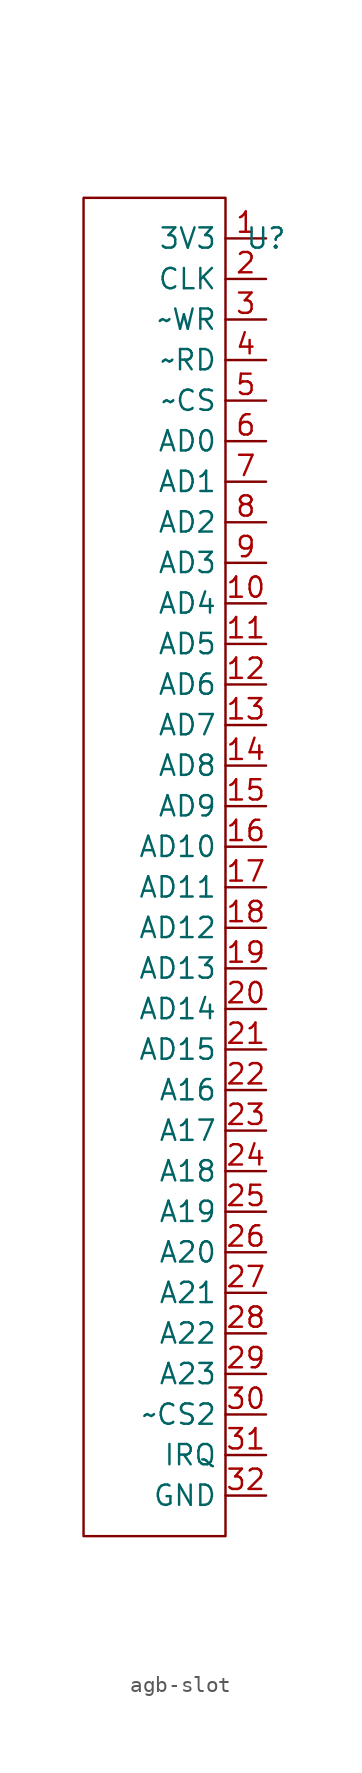
<source format=kicad_sym>
(kicad_symbol_lib
  (version 20231120)
  (generator "kicad_symbol_editor")
  (generator_version "8.0")
  (symbol "agb-slot"
    (property "Reference" "U"
      (at 7.62 31.75 0)
      (effects (font (size 1.27 1.27))))
    (property "Value" ""
      (at 7.62 31.75 0)
      (effects (font (size 1.27 1.27))))
    (symbol "agb-slot_0_0"
      (pin power_in line (at 7.62 31.75 180) (length 2.54) (name "3V3" (effects (font (size 1.27 1.27)))) (number "1" (effects (font (size 1.27 1.27)))))
      (pin bidirectional line (at 7.62 8.89 180) (length 2.54) (name "AD4" (effects (font (size 1.27 1.27)))) (number "10" (effects (font (size 1.27 1.27)))))
      (pin bidirectional line (at 7.62 6.35 180) (length 2.54) (name "AD5" (effects (font (size 1.27 1.27)))) (number "11" (effects (font (size 1.27 1.27)))))
      (pin bidirectional line (at 7.62 3.81 180) (length 2.54) (name "AD6" (effects (font (size 1.27 1.27)))) (number "12" (effects (font (size 1.27 1.27)))))
      (pin bidirectional line (at 7.62 1.27 180) (length 2.54) (name "AD7" (effects (font (size 1.27 1.27)))) (number "13" (effects (font (size 1.27 1.27)))))
      (pin bidirectional line (at 7.62 -1.27 180) (length 2.54) (name "AD8" (effects (font (size 1.27 1.27)))) (number "14" (effects (font (size 1.27 1.27)))))
      (pin bidirectional line (at 7.62 -3.81 180) (length 2.54) (name "AD9" (effects (font (size 1.27 1.27)))) (number "15" (effects (font (size 1.27 1.27)))))
      (pin bidirectional line (at 7.62 -6.35 180) (length 2.54) (name "AD10" (effects (font (size 1.27 1.27)))) (number "16" (effects (font (size 1.27 1.27)))))
      (pin bidirectional line (at 7.62 -8.89 180) (length 2.54) (name "AD11" (effects (font (size 1.27 1.27)))) (number "17" (effects (font (size 1.27 1.27)))))
      (pin bidirectional line (at 7.62 -11.43 180) (length 2.54) (name "AD12" (effects (font (size 1.27 1.27)))) (number "18" (effects (font (size 1.27 1.27)))))
      (pin bidirectional line (at 7.62 -13.97 180) (length 2.54) (name "AD13" (effects (font (size 1.27 1.27)))) (number "19" (effects (font (size 1.27 1.27)))))
      (pin input line (at 7.62 29.21 180) (length 2.54) (name "CLK" (effects (font (size 1.27 1.27)))) (number "2" (effects (font (size 1.27 1.27)))))
      (pin bidirectional line (at 7.62 -16.51 180) (length 2.54) (name "AD14" (effects (font (size 1.27 1.27)))) (number "20" (effects (font (size 1.27 1.27)))))
      (pin bidirectional line (at 7.62 -19.05 180) (length 2.54) (name "AD15" (effects (font (size 1.27 1.27)))) (number "21" (effects (font (size 1.27 1.27)))))
      (pin input line (at 7.62 -21.59 180) (length 2.54) (name "A16" (effects (font (size 1.27 1.27)))) (number "22" (effects (font (size 1.27 1.27)))))
      (pin input line (at 7.62 -24.13 180) (length 2.54) (name "A17" (effects (font (size 1.27 1.27)))) (number "23" (effects (font (size 1.27 1.27)))))
      (pin input line (at 7.62 -26.67 180) (length 2.54) (name "A18" (effects (font (size 1.27 1.27)))) (number "24" (effects (font (size 1.27 1.27)))))
      (pin input line (at 7.62 -29.21 180) (length 2.54) (name "A19" (effects (font (size 1.27 1.27)))) (number "25" (effects (font (size 1.27 1.27)))))
      (pin input line (at 7.62 -31.75 180) (length 2.54) (name "A20" (effects (font (size 1.27 1.27)))) (number "26" (effects (font (size 1.27 1.27)))))
      (pin input line (at 7.62 -34.29 180) (length 2.54) (name "A21" (effects (font (size 1.27 1.27)))) (number "27" (effects (font (size 1.27 1.27)))))
      (pin input line (at 7.62 -36.83 180) (length 2.54) (name "A22" (effects (font (size 1.27 1.27)))) (number "28" (effects (font (size 1.27 1.27)))))
      (pin input line (at 7.62 -39.37 180) (length 2.54) (name "A23" (effects (font (size 1.27 1.27)))) (number "29" (effects (font (size 1.27 1.27)))))
      (pin input line (at 7.62 26.67 180) (length 2.54) (name "~WR" (effects (font (size 1.27 1.27)))) (number "3" (effects (font (size 1.27 1.27)))))
      (pin input line (at 7.62 -41.91 180) (length 2.54) (name "~CS2" (effects (font (size 1.27 1.27)))) (number "30" (effects (font (size 1.27 1.27)))))
      (pin input line (at 7.62 -44.45 180) (length 2.54) (name "IRQ" (effects (font (size 1.27 1.27)))) (number "31" (effects (font (size 1.27 1.27)))))
      (pin power_in line (at 7.62 -46.99 180) (length 2.54) (name "GND" (effects (font (size 1.27 1.27)))) (number "32" (effects (font (size 1.27 1.27)))))
      (pin input line (at 7.62 24.13 180) (length 2.54) (name "~RD" (effects (font (size 1.27 1.27)))) (number "4" (effects (font (size 1.27 1.27)))))
      (pin input line (at 7.62 21.59 180) (length 2.54) (name "~CS" (effects (font (size 1.27 1.27)))) (number "5" (effects (font (size 1.27 1.27)))))
      (pin bidirectional line (at 7.62 19.05 180) (length 2.54) (name "AD0" (effects (font (size 1.27 1.27)))) (number "6" (effects (font (size 1.27 1.27)))))
      (pin bidirectional line (at 7.62 16.51 180) (length 2.54) (name "AD1" (effects (font (size 1.27 1.27)))) (number "7" (effects (font (size 1.27 1.27)))))
      (pin bidirectional line (at 7.62 13.97 180) (length 2.54) (name "AD2" (effects (font (size 1.27 1.27)))) (number "8" (effects (font (size 1.27 1.27)))))
      (pin bidirectional line (at 7.62 11.43 180) (length 2.54) (name "AD3" (effects (font (size 1.27 1.27)))) (number "9" (effects (font (size 1.27 1.27))))))
    (symbol "agb-slot_0_1"
      (rectangle (start -3.81 34.29) (end 5.08 -49.53) (stroke (width 0) (type default)) (fill (type none))))))
</source>
